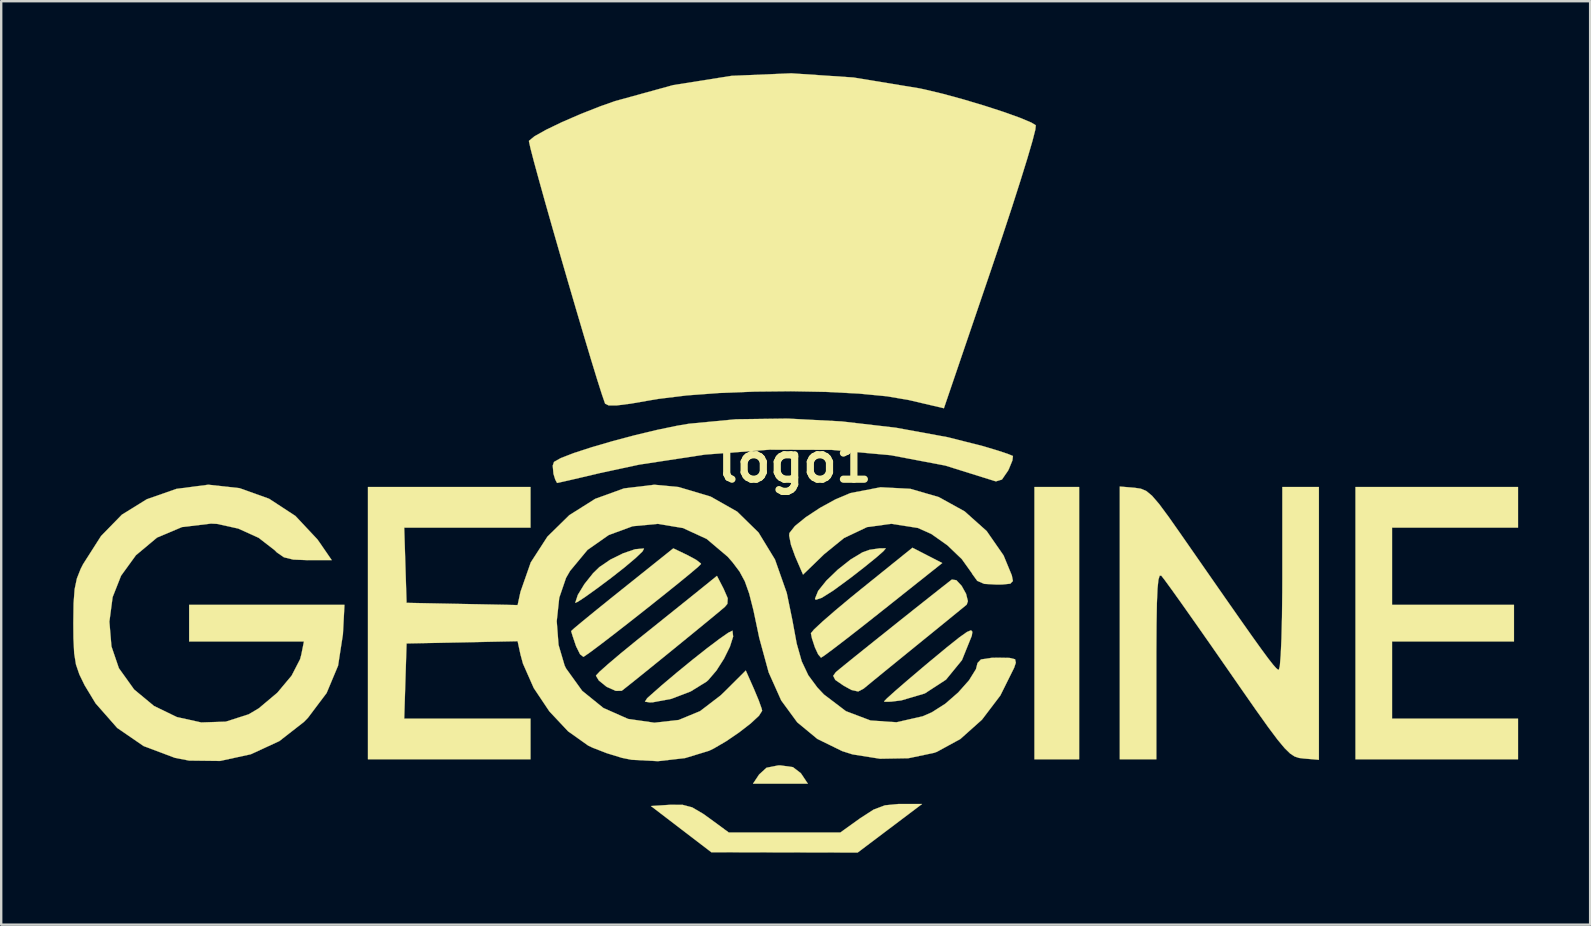
<source format=kicad_pcb>
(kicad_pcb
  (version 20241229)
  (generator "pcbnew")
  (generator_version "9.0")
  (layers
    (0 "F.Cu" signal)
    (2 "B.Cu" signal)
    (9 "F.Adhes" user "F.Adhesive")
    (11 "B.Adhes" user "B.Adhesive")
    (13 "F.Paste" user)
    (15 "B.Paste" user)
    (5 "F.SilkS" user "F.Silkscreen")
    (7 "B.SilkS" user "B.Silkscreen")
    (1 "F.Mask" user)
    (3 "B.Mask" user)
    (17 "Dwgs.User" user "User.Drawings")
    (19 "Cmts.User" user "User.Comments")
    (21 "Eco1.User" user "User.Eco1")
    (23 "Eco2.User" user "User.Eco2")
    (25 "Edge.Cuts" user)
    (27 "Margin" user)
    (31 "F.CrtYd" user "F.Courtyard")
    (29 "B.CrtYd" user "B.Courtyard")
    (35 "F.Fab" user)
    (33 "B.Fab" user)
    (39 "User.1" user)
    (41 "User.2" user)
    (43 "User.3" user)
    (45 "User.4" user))
  (footprint "logo1"
    (layer "F.Cu")
    (at 30.062 16.227)
    (property "Reference" "logo1" (at 0 0 0) (layer "F.SilkS") (effects (font (size 1.524 1.524) (thickness 0.3))))
    (attr through_hole)
    (fp_poly (pts (xy 11.853 12.361) (xy 9.991 12.361) (xy 9.991 1.016) (xy 11.853 1.016) (xy 11.853 12.361)) (stroke (width 0.01) (type solid)) (fill yes) (layer "F.SilkS"))
    (fp_poly (pts (xy -0.072 12.688) (xy 0.256 12.939) (xy 0.296 12.996) (xy 0.549 13.377) (xy -1.735 13.377) (xy -1.482 12.996) (xy -1.173 12.713) (xy -0.689 12.617) (xy -0.593 12.615) (xy -0.072 12.688)) (stroke (width 0.01) (type solid)) (fill yes) (layer "F.SilkS"))
    (fp_poly (pts (xy 30.141 2.709) (xy 24.892 2.709) (xy 24.892 5.927) (xy 29.972 5.927) (xy 29.972 7.451) (xy 24.892 7.451) (xy 24.892 10.668) (xy 30.141 10.668) (xy 30.141 12.361) (xy 23.368 12.361) (xy 23.368 1.016) (xy 30.141 1.016) (xy 30.141 2.709)) (stroke (width 0.01) (type solid)) (fill yes) (layer "F.SilkS"))
    (fp_poly (pts (xy -6.277 3.585) (xy -6.341 3.702) (xy -6.629 3.977) (xy -7.094 4.369) (xy -7.633 4.792) (xy -8.233 5.241) (xy -8.72 5.59) (xy -9.041 5.801) (xy -9.144 5.842) (xy -9.035 5.511) (xy -8.761 5.061) (xy -8.401 4.609) (xy -8.138 4.353) (xy -7.683 4.043) (xy -7.147 3.778) (xy -6.647 3.608) (xy -6.299 3.578) (xy -6.277 3.585)) (stroke (width 0.01) (type solid)) (fill yes) (layer "F.SilkS"))
    (fp_poly (pts (xy 2.625 16.247) (xy -3.471 16.235) (xy -4.73 15.272) (xy -5.988 14.309) (xy -5.189 14.257) (xy -4.681 14.256) (xy -4.271 14.364) (xy -3.817 14.63) (xy -3.569 14.807) (xy -2.749 15.409) (xy 1.907 15.409) (xy 2.732 14.817) (xy 3.288 14.458) (xy 3.763 14.279) (xy 4.317 14.225) (xy 4.432 14.224) (xy 5.308 14.224) (xy 2.625 16.247)) (stroke (width 0.01) (type solid)) (fill yes) (layer "F.SilkS"))
    (fp_poly (pts (xy 3.794 3.578) (xy 3.69 3.699) (xy 3.367 3.98) (xy 2.877 4.376) (xy 2.347 4.788) (xy 1.618 5.324) (xy 1.127 5.634) (xy 0.879 5.716) (xy 0.847 5.669) (xy 0.979 5.344) (xy 1.322 4.916) (xy 1.797 4.459) (xy 2.322 4.043) (xy 2.819 3.741) (xy 3.121 3.632) (xy 3.536 3.571) (xy 3.777 3.569) (xy 3.794 3.578)) (stroke (width 0.01) (type solid)) (fill yes) (layer "F.SilkS"))
    (fp_poly (pts (xy 7.405 7.049) (xy 7.381 7.214) (xy 6.971 8.23) (xy 6.306 9.043) (xy 5.422 9.618) (xy 4.445 9.907) (xy 4.008 9.961) (xy 3.753 9.964) (xy 3.725 9.948) (xy 3.848 9.82) (xy 4.186 9.516) (xy 4.693 9.077) (xy 5.323 8.542) (xy 5.613 8.299) (xy 6.345 7.693) (xy 6.855 7.286) (xy 7.178 7.057) (xy 7.35 6.985) (xy 7.405 7.049)) (stroke (width 0.01) (type solid)) (fill yes) (layer "F.SilkS"))
    (fp_poly (pts (xy 5.528 3.865) (xy 6.15 4.184) (xy 3.668 6.156) (xy 2.884 6.776) (xy 2.192 7.316) (xy 1.635 7.743) (xy 1.256 8.025) (xy 1.098 8.128) (xy 1.097 8.128) (xy 0.979 7.989) (xy 0.842 7.694) (xy 0.719 7.318) (xy 0.677 7.108) (xy 0.803 6.955) (xy 1.149 6.632) (xy 1.672 6.177) (xy 2.327 5.629) (xy 2.792 5.251) (xy 4.907 3.546) (xy 5.528 3.865)) (stroke (width 0.01) (type solid)) (fill yes) (layer "F.SilkS"))
    (fp_poly (pts (xy -2.591 7.004) (xy -2.563 7.248) (xy -2.696 7.666) (xy -2.944 8.169) (xy -3.26 8.664) (xy -3.598 9.059) (xy -3.675 9.128) (xy -4.333 9.534) (xy -5.139 9.842) (xy -5.915 9.987) (xy -6.038 9.991) (xy -6.239 9.96) (xy -6.148 9.819) (xy -6.09 9.765) (xy -5.537 9.276) (xy -4.911 8.748) (xy -4.268 8.222) (xy -3.661 7.742) (xy -3.143 7.351) (xy -2.77 7.09) (xy -2.595 7.002) (xy -2.591 7.004)) (stroke (width 0.01) (type solid)) (fill yes) (layer "F.SilkS"))
    (fp_poly (pts (xy -4.476 3.85) (xy -4.104 4.05) (xy -3.91 4.201) (xy -3.901 4.222) (xy -4.029 4.348) (xy -4.374 4.64) (xy -4.884 5.057) (xy -5.509 5.559) (xy -6.197 6.106) (xy -6.896 6.656) (xy -7.556 7.17) (xy -8.125 7.606) (xy -8.552 7.924) (xy -8.785 8.084) (xy -8.804 8.093) (xy -8.941 7.987) (xy -9.104 7.66) (xy -9.125 7.602) (xy -9.252 7.226) (xy -9.313 7.024) (xy -9.313 7.018) (xy -9.188 6.903) (xy -8.842 6.614) (xy -8.32 6.187) (xy -7.665 5.658) (xy -7.185 5.273) (xy -5.057 3.572) (xy -4.476 3.85)) (stroke (width 0.01) (type solid)) (fill yes) (layer "F.SilkS"))
    (fp_poly (pts (xy -2.959 5.259) (xy -2.789 5.65) (xy -2.803 5.884) (xy -2.906 6.008) (xy -3.106 6.178) (xy -3.512 6.514) (xy -4.065 6.968) (xy -4.707 7.492) (xy -5.379 8.039) (xy -6.024 8.562) (xy -6.583 9.013) (xy -6.998 9.344) (xy -7.205 9.506) (xy -7.453 9.511) (xy -7.819 9.349) (xy -7.854 9.327) (xy -8.161 9.077) (xy -8.279 8.882) (xy -8.276 8.869) (xy -8.133 8.714) (xy -7.773 8.393) (xy -7.249 7.949) (xy -6.609 7.426) (xy -6.442 7.292) (xy -5.707 6.704) (xy -4.998 6.135) (xy -4.393 5.65) (xy -3.97 5.309) (xy -3.947 5.291) (xy -3.238 4.718) (xy -2.959 5.259)) (stroke (width 0.01) (type solid)) (fill yes) (layer "F.SilkS"))
    (fp_poly (pts (xy 6.739 4.899) (xy 6.959 5.136) (xy 7.142 5.465) (xy 7.219 5.772) (xy 7.169 5.916) (xy 6.993 6.061) (xy 6.604 6.378) (xy 6.054 6.826) (xy 5.39 7.365) (xy 5.08 7.617) (xy 4.371 8.193) (xy 3.741 8.706) (xy 3.243 9.113) (xy 2.932 9.369) (xy 2.872 9.419) (xy 2.647 9.536) (xy 2.368 9.474) (xy 2.043 9.295) (xy 1.693 9.054) (xy 1.605 8.883) (xy 1.712 8.734) (xy 1.899 8.577) (xy 2.297 8.254) (xy 2.854 7.806) (xy 3.515 7.277) (xy 4.225 6.71) (xy 4.932 6.147) (xy 5.582 5.632) (xy 6.12 5.207) (xy 6.493 4.915) (xy 6.551 4.871) (xy 6.739 4.899)) (stroke (width 0.01) (type solid)) (fill yes) (layer "F.SilkS"))
    (fp_poly (pts (xy 4.819 1.091) (xy 6.005 1.435) (xy 7.082 2.03) (xy 8 2.85) (xy 8.705 3.866) (xy 9.049 4.699) (xy 9.094 4.932) (xy 8.987 5.044) (xy 8.653 5.078) (xy 8.398 5.08) (xy 7.898 5.052) (xy 7.609 4.927) (xy 7.405 4.647) (xy 7.381 4.602) (xy 6.964 4.019) (xy 6.362 3.443) (xy 5.696 2.973) (xy 5.134 2.722) (xy 4.029 2.549) (xy 3.016 2.686) (xy 2.057 3.141) (xy 1.233 3.811) (xy 0.349 4.666) (xy 0.022 3.911) (xy -0.154 3.423) (xy -0.229 3.043) (xy -0.219 2.934) (xy 0.012 2.641) (xy 0.468 2.271) (xy 1.059 1.883) (xy 1.698 1.532) (xy 2.299 1.278) (xy 2.337 1.265) (xy 3.579 1.026) (xy 4.819 1.091)) (stroke (width 0.01) (type solid)) (fill yes) (layer "F.SilkS"))
    (fp_poly (pts (xy 1.959 -1.717) (xy 4.217 -1.455) (xy 6.379 -1.059) (xy 7.854 -0.686) (xy 8.437 -0.511) (xy 8.879 -0.365) (xy 9.09 -0.279) (xy 9.095 -0.275) (xy 9.074 -0.092) (xy 8.928 0.262) (xy 8.891 0.337) (xy 8.637 0.705) (xy 8.387 0.781) (xy 8.328 0.764) (xy 6.275 0.122) (xy 3.999 -0.31) (xy 1.543 -0.531) (xy -1.049 -0.539) (xy -3.735 -0.335) (xy -6.472 0.082) (xy -8.099 0.431) (xy -8.82 0.601) (xy -9.407 0.738) (xy -9.789 0.824) (xy -9.9 0.847) (xy -9.976 0.706) (xy -10.05 0.469) (xy -10.081 0.124) (xy -10.027 -0.03) (xy -9.744 -0.19) (xy -9.198 -0.401) (xy -8.455 -0.642) (xy -7.585 -0.896) (xy -6.656 -1.143) (xy -5.734 -1.364) (xy -4.889 -1.539) (xy -4.403 -1.621) (xy -2.448 -1.807) (xy -0.295 -1.836) (xy 1.959 -1.717)) (stroke (width 0.01) (type solid)) (fill yes) (layer "F.SilkS"))
    (fp_poly (pts (xy 14.166 1.048) (xy 14.424 1.086) (xy 14.65 1.181) (xy 14.889 1.378) (xy 15.184 1.72) (xy 15.579 2.253) (xy 16.118 3.02) (xy 16.137 3.048) (xy 17.114 4.453) (xy 17.915 5.603) (xy 18.56 6.525) (xy 19.066 7.242) (xy 19.451 7.779) (xy 19.733 8.161) (xy 19.93 8.413) (xy 20.058 8.559) (xy 20.138 8.625) (xy 20.173 8.636) (xy 20.216 8.475) (xy 20.253 8.022) (xy 20.284 7.327) (xy 20.306 6.437) (xy 20.318 5.398) (xy 20.32 4.826) (xy 20.32 1.016) (xy 21.844 1.016) (xy 21.844 12.382) (xy 21.212 12.329) (xy 21.016 12.305) (xy 20.836 12.246) (xy 20.645 12.121) (xy 20.417 11.898) (xy 20.123 11.545) (xy 19.738 11.031) (xy 19.233 10.323) (xy 18.582 9.39) (xy 18.032 8.597) (xy 17.341 7.603) (xy 16.706 6.696) (xy 16.154 5.913) (xy 15.713 5.295) (xy 15.41 4.88) (xy 15.277 4.711) (xy 15.209 4.71) (xy 15.157 4.881) (xy 15.119 5.254) (xy 15.093 5.861) (xy 15.078 6.732) (xy 15.071 7.9) (xy 15.071 8.433) (xy 15.071 12.361) (xy 13.547 12.361) (xy 13.547 0.996) (xy 14.166 1.048)) (stroke (width 0.01) (type solid)) (fill yes) (layer "F.SilkS"))
    (fp_poly (pts (xy 2.45 -16.048) (xy 5.189 -15.597) (xy 5.409 -15.551) (xy 6.18 -15.367) (xy 7.034 -15.134) (xy 7.901 -14.875) (xy 8.71 -14.612) (xy 9.388 -14.369) (xy 9.864 -14.169) (xy 10.048 -14.058) (xy 10.028 -13.872) (xy 9.908 -13.403) (xy 9.699 -12.688) (xy 9.412 -11.762) (xy 9.06 -10.662) (xy 8.653 -9.426) (xy 8.204 -8.095) (xy 6.219 -2.266) (xy 4.76 -2.608) (xy 3.849 -2.764) (xy 2.676 -2.877) (xy 1.316 -2.947) (xy -0.155 -2.975) (xy -1.663 -2.959) (xy -3.134 -2.902) (xy -4.493 -2.801) (xy -5.664 -2.658) (xy -5.987 -2.604) (xy -6.841 -2.456) (xy -7.413 -2.384) (xy -7.749 -2.384) (xy -7.895 -2.454) (xy -7.904 -2.472) (xy -8.033 -2.847) (xy -8.231 -3.469) (xy -8.483 -4.292) (xy -8.776 -5.268) (xy -9.097 -6.353) (xy -9.433 -7.5) (xy -9.77 -8.662) (xy -10.095 -9.793) (xy -10.395 -10.848) (xy -10.655 -11.781) (xy -10.864 -12.544) (xy -11.006 -13.092) (xy -11.07 -13.38) (xy -11.071 -13.41) (xy -10.837 -13.601) (xy -10.352 -13.872) (xy -9.688 -14.192) (xy -8.912 -14.528) (xy -8.095 -14.849) (xy -7.488 -15.063) (xy -5.063 -15.731) (xy -2.63 -16.117) (xy -0.14 -16.222) (xy 2.45 -16.048)) (stroke (width 0.01) (type solid)) (fill yes) (layer "F.SilkS"))
    (fp_poly (pts (xy -23.129 1.064) (xy -21.9 1.504) (xy -20.803 2.221) (xy -19.89 3.194) (xy -19.792 3.331) (xy -19.288 4.064) (xy -20.282 4.064) (xy -20.891 4.04) (xy -21.282 3.944) (xy -21.576 3.741) (xy -21.667 3.649) (xy -22.334 3.133) (xy -23.185 2.747) (xy -24.071 2.552) (xy -24.32 2.54) (xy -25.529 2.685) (xy -26.57 3.124) (xy -27.449 3.859) (xy -28.067 4.711) (xy -28.419 5.603) (xy -28.554 6.627) (xy -28.468 7.657) (xy -28.159 8.563) (xy -28.157 8.567) (xy -27.522 9.454) (xy -26.697 10.138) (xy -25.744 10.601) (xy -24.726 10.826) (xy -23.706 10.793) (xy -22.748 10.486) (xy -22.325 10.234) (xy -21.555 9.586) (xy -20.962 8.878) (xy -20.607 8.189) (xy -20.557 8) (xy -20.447 7.451) (xy -25.231 7.451) (xy -25.231 5.927) (xy -18.759 5.927) (xy -18.823 7.154) (xy -19.025 8.461) (xy -19.502 9.599) (xy -20.281 10.633) (xy -20.447 10.804) (xy -21.472 11.603) (xy -22.662 12.152) (xy -23.941 12.43) (xy -25.233 12.415) (xy -25.823 12.301) (xy -27.129 11.81) (xy -28.227 11.056) (xy -29.13 10.029) (xy -29.585 9.277) (xy -29.806 8.823) (xy -29.946 8.413) (xy -30.021 7.945) (xy -30.052 7.317) (xy -30.057 6.689) (xy -30.046 5.86) (xy -30.002 5.273) (xy -29.909 4.829) (xy -29.752 4.431) (xy -29.651 4.233) (xy -28.9 3.056) (xy -28.033 2.168) (xy -26.996 1.526) (xy -25.76 1.093) (xy -24.433 0.92) (xy -23.129 1.064)) (stroke (width 0.01) (type solid)) (fill yes) (layer "F.SilkS"))
    (fp_poly (pts (xy -4.835 1.017) (xy -3.503 1.414) (xy -2.397 2.04) (xy -1.506 2.911) (xy -0.82 4.036) (xy -0.329 5.43) (xy -0.098 6.551) (xy 0.085 7.541) (xy 0.295 8.282) (xy 0.569 8.861) (xy 0.945 9.369) (xy 1.219 9.66) (xy 2.136 10.356) (xy 3.161 10.744) (xy 4.244 10.818) (xy 5.338 10.569) (xy 5.719 10.402) (xy 6.274 10.048) (xy 6.814 9.578) (xy 7.265 9.07) (xy 7.554 8.605) (xy 7.62 8.349) (xy 7.762 8.201) (xy 8.202 8.134) (xy 8.462 8.128) (xy 8.958 8.137) (xy 9.185 8.193) (xy 9.216 8.338) (xy 9.146 8.546) (xy 8.571 9.702) (xy 7.804 10.712) (xy 6.904 11.516) (xy 5.927 12.05) (xy 5.811 12.092) (xy 4.739 12.317) (xy 3.555 12.338) (xy 2.413 12.157) (xy 1.983 12.021) (xy 0.946 11.513) (xy 0.107 10.82) (xy -0.561 9.908) (xy -1.082 8.743) (xy -1.478 7.292) (xy -1.518 7.097) (xy -1.718 6.149) (xy -1.894 5.457) (xy -2.076 4.946) (xy -2.297 4.537) (xy -2.587 4.153) (xy -2.791 3.92) (xy -3.667 3.179) (xy -4.656 2.725) (xy -5.701 2.551) (xy -6.749 2.65) (xy -7.745 3.015) (xy -8.633 3.637) (xy -9.358 4.511) (xy -9.526 4.802) (xy -9.809 5.63) (xy -9.914 6.607) (xy -9.838 7.596) (xy -9.584 8.457) (xy -9.526 8.575) (xy -8.855 9.507) (xy -7.972 10.222) (xy -6.941 10.679) (xy -5.842 10.837) (xy -4.833 10.723) (xy -3.94 10.354) (xy -3.081 9.696) (xy -2.923 9.544) (xy -2.036 8.662) (xy -1.695 9.433) (xy -1.498 9.905) (xy -1.375 10.248) (xy -1.355 10.34) (xy -1.488 10.548) (xy -1.834 10.869) (xy -2.316 11.242) (xy -2.854 11.609) (xy -3.369 11.91) (xy -3.569 12.007) (xy -4.566 12.311) (xy -5.696 12.44) (xy -6.793 12.382) (xy -7.197 12.301) (xy -7.823 12.109) (xy -8.413 11.88) (xy -8.603 11.79) (xy -9.44 11.196) (xy -10.222 10.363) (xy -10.873 9.39) (xy -11.321 8.375) (xy -11.424 7.996) (xy -11.544 7.441) (xy -16.171 7.535) (xy -16.269 10.668) (xy -11.007 10.668) (xy -11.007 12.361) (xy -17.78 12.361) (xy -17.78 1.016) (xy -11.007 1.016) (xy -11.007 2.709) (xy -16.269 2.709) (xy -16.171 5.842) (xy -13.857 5.889) (xy -11.544 5.936) (xy -11.424 5.381) (xy -10.996 4.157) (xy -10.301 3.082) (xy -9.389 2.188) (xy -8.31 1.508) (xy -7.112 1.074) (xy -5.846 0.921) (xy -4.835 1.017)) (stroke (width 0.01) (type solid)) (fill yes) (layer "F.SilkS")))
  (gr_rect
    (start -3 -3)
    (end 63.208 35.479)
    (stroke (width 0.1) (type default))
    (fill no)
    (layer "Edge.Cuts")))
</source>
